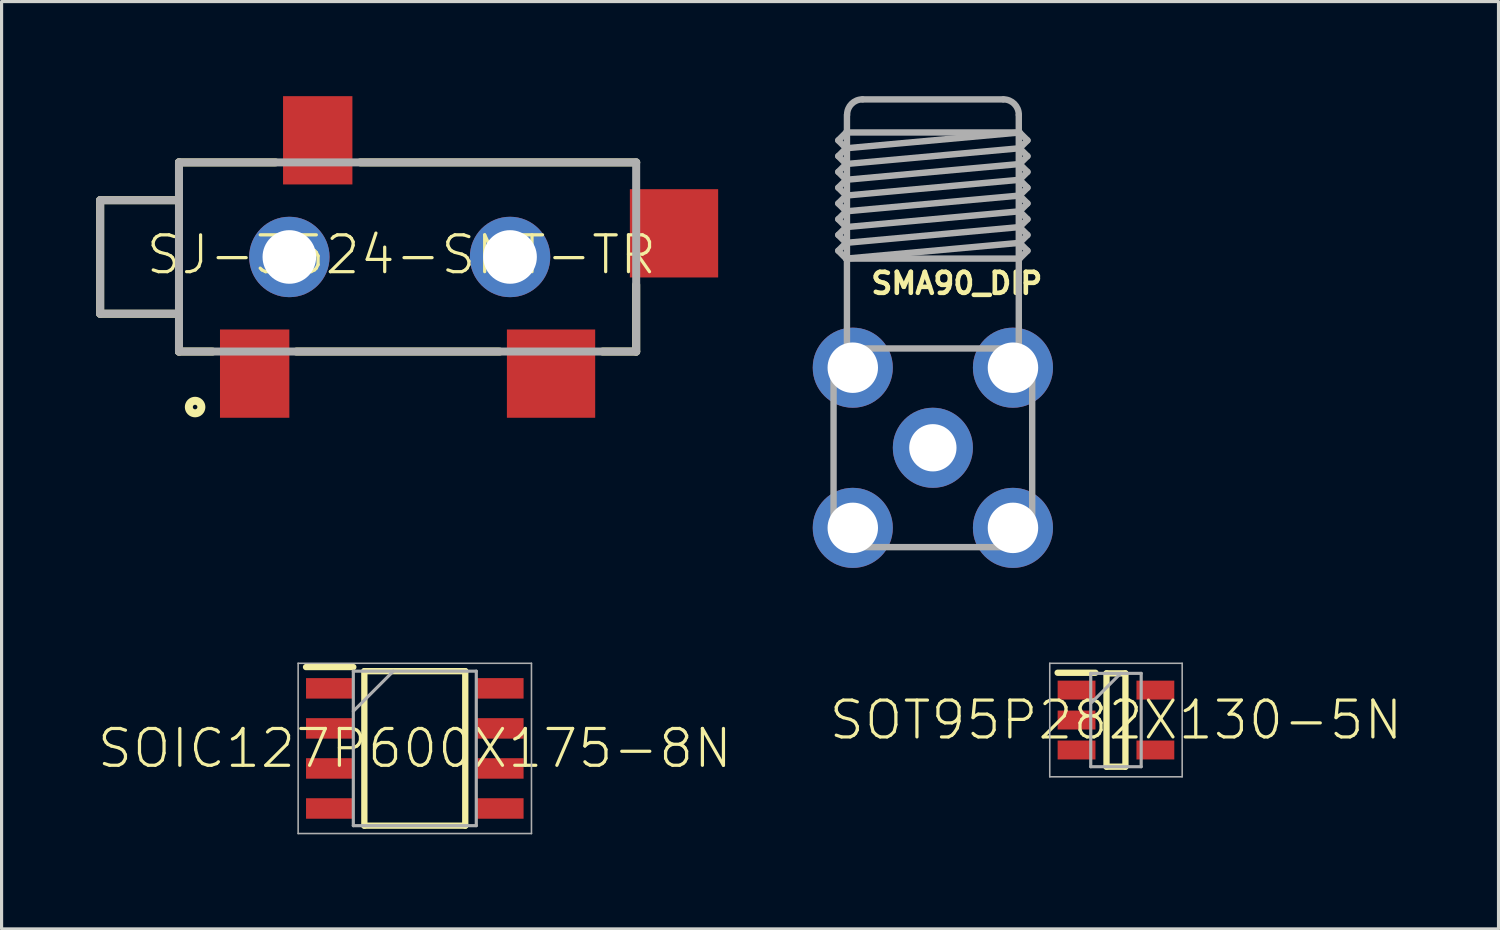
<source format=kicad_pcb>
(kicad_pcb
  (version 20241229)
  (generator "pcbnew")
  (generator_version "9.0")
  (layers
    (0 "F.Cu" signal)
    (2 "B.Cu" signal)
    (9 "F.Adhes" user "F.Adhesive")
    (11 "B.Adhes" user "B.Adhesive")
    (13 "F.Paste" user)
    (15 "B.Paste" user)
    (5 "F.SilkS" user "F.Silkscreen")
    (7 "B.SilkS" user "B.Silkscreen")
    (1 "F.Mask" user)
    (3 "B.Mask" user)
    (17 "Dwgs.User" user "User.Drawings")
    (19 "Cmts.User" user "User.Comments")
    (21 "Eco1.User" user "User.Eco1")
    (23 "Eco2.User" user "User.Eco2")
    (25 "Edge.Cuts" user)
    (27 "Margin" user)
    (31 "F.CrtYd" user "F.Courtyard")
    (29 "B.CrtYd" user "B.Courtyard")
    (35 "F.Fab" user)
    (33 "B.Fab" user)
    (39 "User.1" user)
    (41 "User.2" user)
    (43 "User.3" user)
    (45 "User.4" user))
  (footprint "SOIC127P600X175-8N"
    (layer "F.Cu")
    (at 10.106 20.687)
    (property "Reference" "SOIC127P600X175-8N" (at 0 0 0) (layer "F.SilkS") (effects (font (size 1.168 1.168) (thickness 0.102))))
    (fp_line (start -3.45 -2.58) (end -1.95 -2.58) (stroke (width 0.2) (type solid)) (layer "F.SilkS"))
    (fp_line (start -1.6 -2.45) (end 1.6 -2.45) (stroke (width 0.2) (type solid)) (layer "F.SilkS"))
    (fp_line (start -1.6 2.45) (end -1.6 -2.45) (stroke (width 0.2) (type solid)) (layer "F.SilkS"))
    (fp_line (start 1.6 -2.45) (end 1.6 2.45) (stroke (width 0.2) (type solid)) (layer "F.SilkS"))
    (fp_line (start 1.6 2.45) (end -1.6 2.45) (stroke (width 0.2) (type solid)) (layer "F.SilkS"))
    (fp_line (start -3.7 -2.7) (end 3.7 -2.7) (stroke (width 0.05) (type solid)) (layer "F.Fab"))
    (fp_line (start -3.7 2.7) (end -3.7 -2.7) (stroke (width 0.05) (type solid)) (layer "F.Fab"))
    (fp_line (start -1.95 -2.45) (end 1.95 -2.45) (stroke (width 0.1) (type solid)) (layer "F.Fab"))
    (fp_line (start -1.95 -1.18) (end -0.68 -2.45) (stroke (width 0.1) (type solid)) (layer "F.Fab"))
    (fp_line (start -1.95 2.45) (end -1.95 -2.45) (stroke (width 0.1) (type solid)) (layer "F.Fab"))
    (fp_line (start 1.95 -2.45) (end 1.95 2.45) (stroke (width 0.1) (type solid)) (layer "F.Fab"))
    (fp_line (start 1.95 2.45) (end -1.95 2.45) (stroke (width 0.1) (type solid)) (layer "F.Fab"))
    (fp_line (start 3.7 -2.7) (end 3.7 2.7) (stroke (width 0.05) (type solid)) (layer "F.Fab"))
    (fp_line (start 3.7 2.7) (end -3.7 2.7) (stroke (width 0.05) (type solid)) (layer "F.Fab"))
    (pad "1" smd rect (at -2.7 -1.905) (size 1.5 0.65) (layers "F.Cu" "F.Mask" "F.Paste"))
    (pad "2" smd rect (at -2.7 -0.635) (size 1.5 0.65) (layers "F.Cu" "F.Mask" "F.Paste"))
    (pad "3" smd rect (at -2.7 0.635) (size 1.5 0.65) (layers "F.Cu" "F.Mask" "F.Paste"))
    (pad "4" smd rect (at -2.7 1.905) (size 1.5 0.65) (layers "F.Cu" "F.Mask" "F.Paste"))
    (pad "5" smd rect (at 2.7 1.905) (size 1.5 0.65) (layers "F.Cu" "F.Mask" "F.Paste"))
    (pad "6" smd rect (at 2.7 0.635) (size 1.5 0.65) (layers "F.Cu" "F.Mask" "F.Paste"))
    (pad "7" smd rect (at 2.7 -0.635) (size 1.5 0.65) (layers "F.Cu" "F.Mask" "F.Paste"))
    (pad "8" smd rect (at 2.7 -1.905) (size 1.5 0.65) (layers "F.Cu" "F.Mask" "F.Paste")))
  (footprint "SOT95P282X130-5N"
    (layer "F.Cu")
    (at 32.344 19.787)
    (property "Reference" "SOT95P282X130-5N" (at 0 0 0) (layer "F.SilkS") (effects (font (size 1.168 1.168) (thickness 0.102))))
    (fp_line (start -1.85 -1.5) (end -0.65 -1.5) (stroke (width 0.2) (type solid)) (layer "F.SilkS"))
    (fp_line (start -0.3 -1.48) (end 0.3 -1.48) (stroke (width 0.2) (type solid)) (layer "F.SilkS"))
    (fp_line (start -0.3 1.48) (end -0.3 -1.48) (stroke (width 0.2) (type solid)) (layer "F.SilkS"))
    (fp_line (start 0.3 -1.48) (end 0.3 1.48) (stroke (width 0.2) (type solid)) (layer "F.SilkS"))
    (fp_line (start 0.3 1.48) (end -0.3 1.48) (stroke (width 0.2) (type solid)) (layer "F.SilkS"))
    (fp_line (start -2.1 -1.8) (end 2.1 -1.8) (stroke (width 0.05) (type solid)) (layer "F.Fab"))
    (fp_line (start -2.1 1.8) (end -2.1 -1.8) (stroke (width 0.05) (type solid)) (layer "F.Fab"))
    (fp_line (start -0.8 -1.48) (end 0.8 -1.48) (stroke (width 0.1) (type solid)) (layer "F.Fab"))
    (fp_line (start -0.8 -0.53) (end 0.15 -1.48) (stroke (width 0.1) (type solid)) (layer "F.Fab"))
    (fp_line (start -0.8 1.48) (end -0.8 -1.48) (stroke (width 0.1) (type solid)) (layer "F.Fab"))
    (fp_line (start 0.8 -1.48) (end 0.8 1.48) (stroke (width 0.1) (type solid)) (layer "F.Fab"))
    (fp_line (start 0.8 1.48) (end -0.8 1.48) (stroke (width 0.1) (type solid)) (layer "F.Fab"))
    (fp_line (start 2.1 -1.8) (end 2.1 1.8) (stroke (width 0.05) (type solid)) (layer "F.Fab"))
    (fp_line (start 2.1 1.8) (end -2.1 1.8) (stroke (width 0.05) (type solid)) (layer "F.Fab"))
    (pad "1" smd rect (at -1.25 -0.95) (size 1.2 0.6) (layers "F.Cu" "F.Mask" "F.Paste"))
    (pad "2" smd rect (at -1.25 0) (size 1.2 0.6) (layers "F.Cu" "F.Mask" "F.Paste"))
    (pad "3" smd rect (at -1.25 0.95) (size 1.2 0.6) (layers "F.Cu" "F.Mask" "F.Paste"))
    (pad "4" smd rect (at 1.25 0.95) (size 1.2 0.6) (layers "F.Cu" "F.Mask" "F.Paste"))
    (pad "5" smd rect (at 1.25 -0.95) (size 1.2 0.6) (layers "F.Cu" "F.Mask" "F.Paste")))
  (footprint "SJ-3524-SMT-TR"
    (layer "F.Cu")
    (at 2.627 2.1)
    (property "Reference" "SJ-3524-SMT-TR" (at 7.053 2.931 0) (layer "F.SilkS") (effects (font (size 1.168 1.168) (thickness 0.102))))
    (fp_line (start -2.5 1.2) (end -2.5 4.8) (stroke (width 0.254) (type solid)) (layer "F.SilkS"))
    (fp_line (start -2.5 4.8) (end 0 4.8) (stroke (width 0.254) (type solid)) (layer "F.SilkS"))
    (fp_line (start 0 0) (end 3.06 0) (stroke (width 0.254) (type solid)) (layer "F.SilkS"))
    (fp_line (start 0 1.2) (end -2.5 1.2) (stroke (width 0.254) (type solid)) (layer "F.SilkS"))
    (fp_line (start 0 1.2) (end 0 0) (stroke (width 0.254) (type solid)) (layer "F.SilkS"))
    (fp_line (start 0 4.8) (end 0 1.2) (stroke (width 0.254) (type solid)) (layer "F.SilkS"))
    (fp_line (start 0 4.8) (end 0 6) (stroke (width 0.254) (type solid)) (layer "F.SilkS"))
    (fp_line (start 0 6) (end 1.063 6) (stroke (width 0.254) (type solid)) (layer "F.SilkS"))
    (fp_line (start 3.725 6) (end 10.168 6) (stroke (width 0.254) (type solid)) (layer "F.SilkS"))
    (fp_line (start 14.5 0) (end 5.75 0) (stroke (width 0.254) (type solid)) (layer "F.SilkS"))
    (fp_line (start 14.5 6) (end 13.439 6) (stroke (width 0.254) (type solid)) (layer "F.SilkS"))
    (fp_line (start 14.5 6) (end 14.5 3.88) (stroke (width 0.254) (type solid)) (layer "F.SilkS"))
    (fp_circle (center 0.511 7.76) (end 0.583 7.76) (stroke (width 0.254) (type solid)) (fill no) (layer "F.SilkS"))
    (fp_line (start -2.5 1.2) (end -2.5 4.8) (stroke (width 0.254) (type solid)) (layer "F.Fab"))
    (fp_line (start -2.5 4.8) (end 0 4.8) (stroke (width 0.254) (type solid)) (layer "F.Fab"))
    (fp_line (start 0 0) (end 14.5 0) (stroke (width 0.254) (type solid)) (layer "F.Fab"))
    (fp_line (start 0 1.2) (end -2.5 1.2) (stroke (width 0.254) (type solid)) (layer "F.Fab"))
    (fp_line (start 0 6) (end 0 0) (stroke (width 0.254) (type solid)) (layer "F.Fab"))
    (fp_line (start 14.5 0) (end 14.5 6) (stroke (width 0.254) (type solid)) (layer "F.Fab"))
    (fp_line (start 14.5 6) (end 0 6) (stroke (width 0.254) (type solid)) (layer "F.Fab"))
    (pad "1" smd rect (at 2.4 6.7 90) (size 2.8 2.2) (layers "F.Cu" "F.Mask" "F.Paste"))
    (pad "2" smd rect (at 11.8 6.7) (size 2.8 2.8) (layers "F.Cu" "F.Mask" "F.Paste"))
    (pad "3" smd rect (at 4.4 -0.7 90) (size 2.8 2.2) (layers "F.Cu" "F.Mask" "F.Paste"))
    (pad "4" smd rect (at 15.7 2.25) (size 2.8 2.8) (layers "F.Cu" "F.Mask" "F.Paste"))
    (pad "5" thru_hole circle (at 3.5 3) (size 2.55 2.55) (drill 1.7) (layers "*.Cu" "*.Mask"))
    (pad "6" thru_hole circle (at 10.5 3) (size 2.55 2.55) (drill 1.7) (layers "*.Cu" "*.Mask")))
  (footprint "SMA90_DIP"
    (layer "F.Cu")
    (at 26.537 11.152)
    (property "Reference" "SMA90_DIP" (at -2.032 -4.826 0) (layer "F.SilkS") (effects (font (size 0.666 0.666) (thickness 0.146)) (justify left bottom)))
    (fp_line (start -3.15 2.52) (end -3.15 -2.52) (stroke (width 0.203) (type solid)) (layer "F.Fab"))
    (fp_line (start -3 -9.75) (end -2.75 -9.5) (stroke (width 0.203) (type solid)) (layer "F.Fab"))
    (fp_line (start -3 -9.25) (end -2.75 -9) (stroke (width 0.203) (type solid)) (layer "F.Fab"))
    (fp_line (start -3 -8.75) (end -2.75 -8.5) (stroke (width 0.203) (type solid)) (layer "F.Fab"))
    (fp_line (start -3 -8.25) (end -2.75 -8) (stroke (width 0.203) (type solid)) (layer "F.Fab"))
    (fp_line (start -3 -7.75) (end -2.75 -7.5) (stroke (width 0.203) (type solid)) (layer "F.Fab"))
    (fp_line (start -3 -7.25) (end -2.75 -7) (stroke (width 0.203) (type solid)) (layer "F.Fab"))
    (fp_line (start -3 -6.75) (end -2.75 -6.5) (stroke (width 0.203) (type solid)) (layer "F.Fab"))
    (fp_line (start -3 -6.25) (end -2.75 -6) (stroke (width 0.203) (type solid)) (layer "F.Fab"))
    (fp_line (start -2.75 -10) (end -3 -9.75) (stroke (width 0.203) (type solid)) (layer "F.Fab"))
    (fp_line (start -2.75 -10) (end 2.75 -10) (stroke (width 0.203) (type solid)) (layer "F.Fab"))
    (fp_line (start -2.75 -9.5) (end -3 -9.25) (stroke (width 0.203) (type solid)) (layer "F.Fab"))
    (fp_line (start -2.75 -9.5) (end 2.75 -10) (stroke (width 0.203) (type solid)) (layer "F.Fab"))
    (fp_line (start -2.75 -9) (end -3 -8.75) (stroke (width 0.203) (type solid)) (layer "F.Fab"))
    (fp_line (start -2.75 -9) (end 2.75 -9.5) (stroke (width 0.203) (type solid)) (layer "F.Fab"))
    (fp_line (start -2.75 -8.5) (end -3 -8.25) (stroke (width 0.203) (type solid)) (layer "F.Fab"))
    (fp_line (start -2.75 -8.5) (end 2.75 -9) (stroke (width 0.203) (type solid)) (layer "F.Fab"))
    (fp_line (start -2.75 -8) (end -3 -7.75) (stroke (width 0.203) (type solid)) (layer "F.Fab"))
    (fp_line (start -2.75 -8) (end 2.75 -8.5) (stroke (width 0.203) (type solid)) (layer "F.Fab"))
    (fp_line (start -2.75 -7.5) (end -3 -7.25) (stroke (width 0.203) (type solid)) (layer "F.Fab"))
    (fp_line (start -2.75 -7.5) (end 2.75 -8) (stroke (width 0.203) (type solid)) (layer "F.Fab"))
    (fp_line (start -2.75 -7) (end -3 -6.75) (stroke (width 0.203) (type solid)) (layer "F.Fab"))
    (fp_line (start -2.75 -7) (end 2.75 -7.5) (stroke (width 0.203) (type solid)) (layer "F.Fab"))
    (fp_line (start -2.75 -6.5) (end -3 -6.25) (stroke (width 0.203) (type solid)) (layer "F.Fab"))
    (fp_line (start -2.75 -6.5) (end 2.75 -7) (stroke (width 0.203) (type solid)) (layer "F.Fab"))
    (fp_line (start -2.75 -6) (end 2.75 -6.5) (stroke (width 0.203) (type solid)) (layer "F.Fab"))
    (fp_line (start -2.75 -6) (end 2.75 -6) (stroke (width 0.203) (type solid)) (layer "F.Fab"))
    (fp_line (start -2.725 -10.55) (end -2.725 -3.15) (stroke (width 0.203) (type solid)) (layer "F.Fab"))
    (fp_line (start -2.52 -3.15) (end 2.52 -3.15) (stroke (width 0.203) (type solid)) (layer "F.Fab"))
    (fp_line (start -2.225 -11.05) (end 2.225 -11.05) (stroke (width 0.203) (type solid)) (layer "F.Fab"))
    (fp_line (start 2.52 3.15) (end -2.52 3.15) (stroke (width 0.203) (type solid)) (layer "F.Fab"))
    (fp_line (start 2.725 -10.55) (end 2.725 -3.15) (stroke (width 0.203) (type solid)) (layer "F.Fab"))
    (fp_line (start 2.75 -10) (end 3 -9.75) (stroke (width 0.203) (type solid)) (layer "F.Fab"))
    (fp_line (start 2.75 -9.5) (end 3 -9.25) (stroke (width 0.203) (type solid)) (layer "F.Fab"))
    (fp_line (start 2.75 -9) (end 3 -8.75) (stroke (width 0.203) (type solid)) (layer "F.Fab"))
    (fp_line (start 2.75 -8.5) (end 3 -8.25) (stroke (width 0.203) (type solid)) (layer "F.Fab"))
    (fp_line (start 2.75 -8) (end 3 -7.75) (stroke (width 0.203) (type solid)) (layer "F.Fab"))
    (fp_line (start 2.75 -7.5) (end 3 -7.25) (stroke (width 0.203) (type solid)) (layer "F.Fab"))
    (fp_line (start 2.75 -7) (end 3 -6.75) (stroke (width 0.203) (type solid)) (layer "F.Fab"))
    (fp_line (start 2.75 -6.5) (end 3 -6.25) (stroke (width 0.203) (type solid)) (layer "F.Fab"))
    (fp_line (start 3 -9.75) (end 2.75 -9.5) (stroke (width 0.203) (type solid)) (layer "F.Fab"))
    (fp_line (start 3 -9.25) (end 2.75 -9) (stroke (width 0.203) (type solid)) (layer "F.Fab"))
    (fp_line (start 3 -8.75) (end 2.75 -8.5) (stroke (width 0.203) (type solid)) (layer "F.Fab"))
    (fp_line (start 3 -8.25) (end 2.75 -8) (stroke (width 0.203) (type solid)) (layer "F.Fab"))
    (fp_line (start 3 -7.75) (end 2.75 -7.5) (stroke (width 0.203) (type solid)) (layer "F.Fab"))
    (fp_line (start 3 -7.25) (end 2.75 -7) (stroke (width 0.203) (type solid)) (layer "F.Fab"))
    (fp_line (start 3 -6.75) (end 2.75 -6.5) (stroke (width 0.203) (type solid)) (layer "F.Fab"))
    (fp_line (start 3 -6.25) (end 2.75 -6) (stroke (width 0.203) (type solid)) (layer "F.Fab"))
    (fp_line (start 3.15 -2.52) (end 3.15 2.52) (stroke (width 0.203) (type solid)) (layer "F.Fab"))
    (fp_arc (start -3.15 -2.52) (mid -2.965477 -2.965477) (end -2.52 -3.15) (stroke (width 0.2032) (type solid)) (layer "F.Fab"))
    (fp_arc (start -2.72 -10.565) (mid -2.577947 -10.907947) (end -2.235 -11.05) (stroke (width 0.2032) (type solid)) (layer "F.Fab"))
    (fp_arc (start -2.52 3.15) (mid -2.965477 2.965477) (end -3.15 2.52) (stroke (width 0.2032) (type solid)) (layer "F.Fab"))
    (fp_arc (start 2.24 -11.05) (mid 2.582947 -10.907947) (end 2.725 -10.565) (stroke (width 0.2032) (type solid)) (layer "F.Fab"))
    (fp_arc (start 2.52 -3.15) (mid 2.965477 -2.965477) (end 3.15 -2.52) (stroke (width 0.2032) (type solid)) (layer "F.Fab"))
    (fp_arc (start 3.15 2.52) (mid 2.965477 2.965477) (end 2.52 3.15) (stroke (width 0.2032) (type solid)) (layer "F.Fab"))
    (pad "ANTENNA" thru_hole circle (at 0 0) (size 2.54 2.54) (drill 1.5) (layers "*.Cu" "*.Mask"))
    (pad "GND1" thru_hole circle (at -2.54 -2.54) (size 2.54 2.54) (drill 1.6) (layers "*.Cu" "*.Mask"))
    (pad "GND2" thru_hole circle (at 2.54 -2.54) (size 2.54 2.54) (drill 1.6) (layers "*.Cu" "*.Mask"))
    (pad "GND3" thru_hole circle (at -2.54 2.54) (size 2.54 2.54) (drill 1.6) (layers "*.Cu" "*.Mask"))
    (pad "GND4" thru_hole circle (at 2.54 2.54) (size 2.54 2.54) (drill 1.6) (layers "*.Cu" "*.Mask")))
  (gr_rect
    (start -3 -3)
    (end 44.477 26.412)
    (stroke (width 0.1) (type default))
    (fill no)
    (layer "Edge.Cuts")))
</source>
